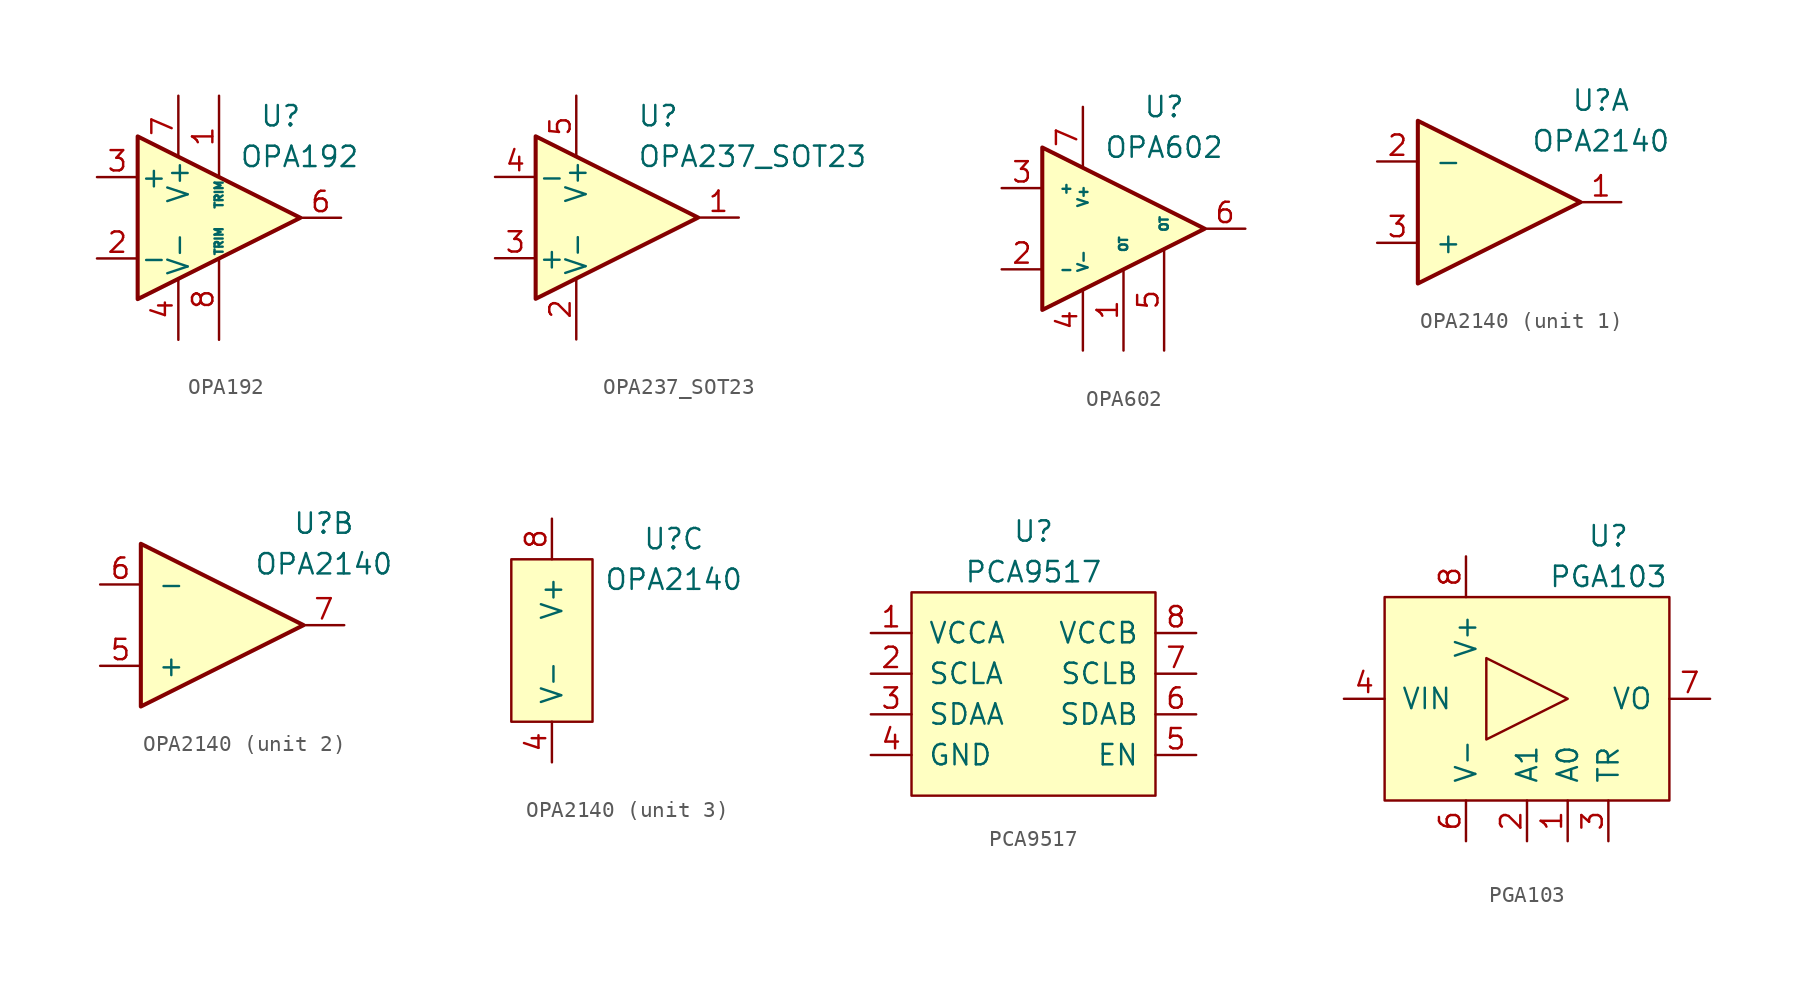
<source format=kicad_sym>
(kicad_symbol_lib
  (version 20211014)
  (generator kicad_symbol_editor)
  (symbol "OPA192"
    (pin_names
      (offset 0.127))
    (property "Reference" "U"
      (at 2.54 6.35 0)
      (effects (font (size 1.27 1.27)) (justify left)))
    (property "Value" "OPA192"
      (at 1.27 3.81 0)
      (effects (font (size 1.27 1.27)) (justify left)))
    (symbol "OPA192_0_1"
      (polyline (pts (xy -5.08 5.08) (xy 5.08 0) (xy -5.08 -5.08) (xy -5.08 5.08)) (stroke (width 0.254) (type default) (color 0 0 0 0)) (fill (type background))))
    (symbol "OPA192_1_1"
      (pin input line (at 0 7.62 270) (length 5.08) (name "TRIM" (effects (font (size 0.508 0.508)))) (number "1" (effects (font (size 1.27 1.27)))))
      (pin input line (at -7.62 -2.54 0) (length 2.54) (name "-" (effects (font (size 1.27 1.27)))) (number "2" (effects (font (size 1.27 1.27)))))
      (pin input line (at -7.62 2.54 0) (length 2.54) (name "+" (effects (font (size 1.27 1.27)))) (number "3" (effects (font (size 1.27 1.27)))))
      (pin power_in line (at -2.54 -7.62 90) (length 3.81) (name "V-" (effects (font (size 1.27 1.27)))) (number "4" (effects (font (size 1.27 1.27)))))
      (pin no_connect non_logic (at 2.54 -1.27 90) (length 0) hide (name "NC" (effects (font (size 0.508 0.508)))) (number "5" (effects (font (size 1.27 1.27)))))
      (pin output line (at 7.62 0 180) (length 2.54) (name "~" (effects (font (size 1.27 1.27)))) (number "6" (effects (font (size 1.27 1.27)))))
      (pin power_in line (at -2.54 7.62 270) (length 3.81) (name "V+" (effects (font (size 1.27 1.27)))) (number "7" (effects (font (size 1.27 1.27)))))
      (pin input line (at 0 -7.62 90) (length 5.08) (name "TRIM" (effects (font (size 0.508 0.508)))) (number "8" (effects (font (size 1.27 1.27)))))))
  (symbol "OPA237_SOT23"
    (pin_names
      (offset 0.127))
    (property "Reference" "U"
      (at 2.54 6.35 0)
      (effects (font (size 1.27 1.27)) (justify left)))
    (property "Value" "OPA237_SOT23"
      (at 2.54 3.81 0)
      (effects (font (size 1.27 1.27)) (justify left)))
    (symbol "OPA237_SOT23_0_1"
      (polyline (pts (xy -3.81 5.08) (xy 6.35 0) (xy -3.81 -5.08) (xy -3.81 5.08)) (stroke (width 0.254) (type default) (color 0 0 0 0)) (fill (type background))))
    (symbol "OPA237_SOT23_1_1"
      (pin output line (at 8.89 0 180) (length 2.54) (name "~" (effects (font (size 1.27 1.27)))) (number "1" (effects (font (size 1.27 1.27)))))
      (pin power_in line (at -1.27 -7.62 90) (length 3.81) (name "V-" (effects (font (size 1.27 1.27)))) (number "2" (effects (font (size 1.27 1.27)))))
      (pin input line (at -6.35 -2.54 0) (length 2.54) (name "+" (effects (font (size 1.27 1.27)))) (number "3" (effects (font (size 1.27 1.27)))))
      (pin input line (at -6.35 2.54 0) (length 2.54) (name "-" (effects (font (size 1.27 1.27)))) (number "4" (effects (font (size 1.27 1.27)))))
      (pin power_in line (at -1.27 7.62 270) (length 3.81) (name "V+" (effects (font (size 1.27 1.27)))) (number "5" (effects (font (size 1.27 1.27)))))))
  (symbol "OPA602"
    (pin_names
      (offset 1.016))
    (property "Reference" "U"
      (at 3.81 7.62 0)
      (effects (font (size 1.27 1.27))))
    (property "Value" "OPA602"
      (at 3.81 5.08 0)
      (effects (font (size 1.27 1.27))))
    (symbol "OPA602_1_1"
      (polyline (pts (xy -3.81 5.08) (xy 6.35 0) (xy -3.81 -5.08) (xy -3.81 5.08)) (stroke (width 0.254) (type default) (color 0 0 0 0)) (fill (type background)))
      (pin input line (at 1.27 -7.62 90) (length 5.08) (name "OT" (effects (font (size 0.508 0.508)))) (number "1" (effects (font (size 1.27 1.27)))))
      (pin input line (at -6.35 -2.54 0) (length 2.54) (name "-" (effects (font (size 0.635 0.635)))) (number "2" (effects (font (size 1.27 1.27)))))
      (pin input line (at -6.35 2.54 0) (length 2.54) (name "+" (effects (font (size 0.635 0.635)))) (number "3" (effects (font (size 1.27 1.27)))))
      (pin power_in line (at -1.27 -7.62 90) (length 3.81) (name "V-" (effects (font (size 0.635 0.635)))) (number "4" (effects (font (size 1.27 1.27)))))
      (pin input line (at 3.81 -7.62 90) (length 6.35) (name "OT" (effects (font (size 0.508 0.508)))) (number "5" (effects (font (size 1.27 1.27)))))
      (pin output line (at 8.89 0 180) (length 2.54) (name "~" (effects (font (size 1.27 1.27)))) (number "6" (effects (font (size 1.27 1.27)))))
      (pin power_in line (at -1.27 7.62 270) (length 3.81) (name "V+" (effects (font (size 0.635 0.635)))) (number "7" (effects (font (size 1.27 1.27)))))
      (pin no_connect line (at 1.27 2.54 270) (length 2.54) hide (name "NC" (effects (font (size 1.27 1.27)))) (number "8" (effects (font (size 1.27 1.27)))))))
  (symbol "OPA2140"
    (pin_names
      (offset 1.016))
    (property "Reference" "U"
      (at 7.62 6.35 0)
      (effects (font (size 1.27 1.27))))
    (property "Value" "OPA2140"
      (at 7.62 3.81 0)
      (effects (font (size 1.27 1.27))))
    (symbol "OPA2140_1_1"
      (polyline (pts (xy -3.81 5.08) (xy 6.35 0) (xy -3.81 -5.08) (xy -3.81 5.08)) (stroke (width 0.254) (type default) (color 0 0 0 0)) (fill (type background)))
      (pin output line (at 8.89 0 180) (length 2.54) (name "~" (effects (font (size 1.27 1.27)))) (number "1" (effects (font (size 1.27 1.27)))))
      (pin input line (at -6.35 2.54 0) (length 2.54) (name "-" (effects (font (size 1.27 1.27)))) (number "2" (effects (font (size 1.27 1.27)))))
      (pin input line (at -6.35 -2.54 0) (length 2.54) (name "+" (effects (font (size 1.27 1.27)))) (number "3" (effects (font (size 1.27 1.27))))))
    (symbol "OPA2140_2_1"
      (polyline (pts (xy -3.81 5.08) (xy 6.35 0) (xy -3.81 -5.08) (xy -3.81 5.08)) (stroke (width 0.254) (type default) (color 0 0 0 0)) (fill (type background)))
      (pin input line (at -6.35 -2.54 0) (length 2.54) (name "+" (effects (font (size 1.27 1.27)))) (number "5" (effects (font (size 1.27 1.27)))))
      (pin input line (at -6.35 2.54 0) (length 2.54) (name "-" (effects (font (size 1.27 1.27)))) (number "6" (effects (font (size 1.27 1.27)))))
      (pin output line (at 8.89 0 180) (length 2.54) (name "~" (effects (font (size 1.27 1.27)))) (number "7" (effects (font (size 1.27 1.27))))))
    (symbol "OPA2140_3_1"
      (rectangle (start -2.54 5.08) (end 2.54 -5.08) (stroke (width 0) (type default) (color 0 0 0 0)) (fill (type background)))
      (pin passive line (at 0 -7.62 90) (length 2.54) (name "V-" (effects (font (size 1.27 1.27)))) (number "4" (effects (font (size 1.27 1.27)))))
      (pin passive line (at 0 7.62 270) (length 2.54) (name "V+" (effects (font (size 1.27 1.27)))) (number "8" (effects (font (size 1.27 1.27)))))))
  (symbol "PCA9517"
    (pin_names
      (offset 1.016))
    (property "Reference" "U"
      (at 0 10.16 0)
      (effects (font (size 1.27 1.27))))
    (property "Value" "PCA9517"
      (at 0 7.62 0)
      (effects (font (size 1.27 1.27))))
    (symbol "PCA9517_0_1"
      (rectangle (start -7.62 6.35) (end 7.62 -6.35) (stroke (width 0) (type default) (color 0 0 0 0)) (fill (type background))))
    (symbol "PCA9517_1_1"
      (pin passive line (at -10.16 3.81 0) (length 2.54) (name "VCCA" (effects (font (size 1.27 1.27)))) (number "1" (effects (font (size 1.27 1.27)))))
      (pin bidirectional line (at -10.16 1.27 0) (length 2.54) (name "SCLA" (effects (font (size 1.27 1.27)))) (number "2" (effects (font (size 1.27 1.27)))))
      (pin bidirectional line (at -10.16 -1.27 0) (length 2.54) (name "SDAA" (effects (font (size 1.27 1.27)))) (number "3" (effects (font (size 1.27 1.27)))))
      (pin passive line (at -10.16 -3.81 0) (length 2.54) (name "GND" (effects (font (size 1.27 1.27)))) (number "4" (effects (font (size 1.27 1.27)))))
      (pin passive line (at 10.16 -3.81 180) (length 2.54) (name "EN" (effects (font (size 1.27 1.27)))) (number "5" (effects (font (size 1.27 1.27)))))
      (pin bidirectional line (at 10.16 -1.27 180) (length 2.54) (name "SDAB" (effects (font (size 1.27 1.27)))) (number "6" (effects (font (size 1.27 1.27)))))
      (pin bidirectional line (at 10.16 1.27 180) (length 2.54) (name "SCLB" (effects (font (size 1.27 1.27)))) (number "7" (effects (font (size 1.27 1.27)))))
      (pin passive line (at 10.16 3.81 180) (length 2.54) (name "VCCB" (effects (font (size 1.27 1.27)))) (number "8" (effects (font (size 1.27 1.27)))))))
  (symbol "PGA103"
    (pin_names
      (offset 1.016))
    (property "Reference" "U"
      (at 5.08 10.16 0)
      (effects (font (size 1.27 1.27))))
    (property "Value" "PGA103"
      (at 5.08 7.62 0)
      (effects (font (size 1.27 1.27))))
    (symbol "PGA103_0_1"
      (rectangle (start -8.89 6.35) (end 8.89 -6.35) (stroke (width 0) (type default) (color 0 0 0 0)) (fill (type background)))
      (polyline (pts (xy -2.54 2.54) (xy -2.54 -2.54) (xy 2.54 0) (xy -2.54 2.54)) (stroke (width 0) (type default) (color 0 0 0 0)) (fill (type none))))
    (symbol "PGA103_1_1"
      (pin input line (at 2.54 -8.89 90) (length 2.54) (name "A0" (effects (font (size 1.27 1.27)))) (number "1" (effects (font (size 1.27 1.27)))))
      (pin input line (at 0 -8.89 90) (length 2.54) (name "A1" (effects (font (size 1.27 1.27)))) (number "2" (effects (font (size 1.27 1.27)))))
      (pin input line (at 5.08 -8.89 90) (length 2.54) (name "TR" (effects (font (size 1.27 1.27)))) (number "3" (effects (font (size 1.27 1.27)))))
      (pin input line (at -11.43 0 0) (length 2.54) (name "VIN" (effects (font (size 1.27 1.27)))) (number "4" (effects (font (size 1.27 1.27)))))
      (pin passive line (at -3.81 -8.89 90) (length 2.54) (name "V-" (effects (font (size 1.27 1.27)))) (number "6" (effects (font (size 1.27 1.27)))))
      (pin output line (at 11.43 0 180) (length 2.54) (name "VO" (effects (font (size 1.27 1.27)))) (number "7" (effects (font (size 1.27 1.27)))))
      (pin passive line (at -3.81 8.89 270) (length 2.54) (name "V+" (effects (font (size 1.27 1.27)))) (number "8" (effects (font (size 1.27 1.27))))))))
</source>
